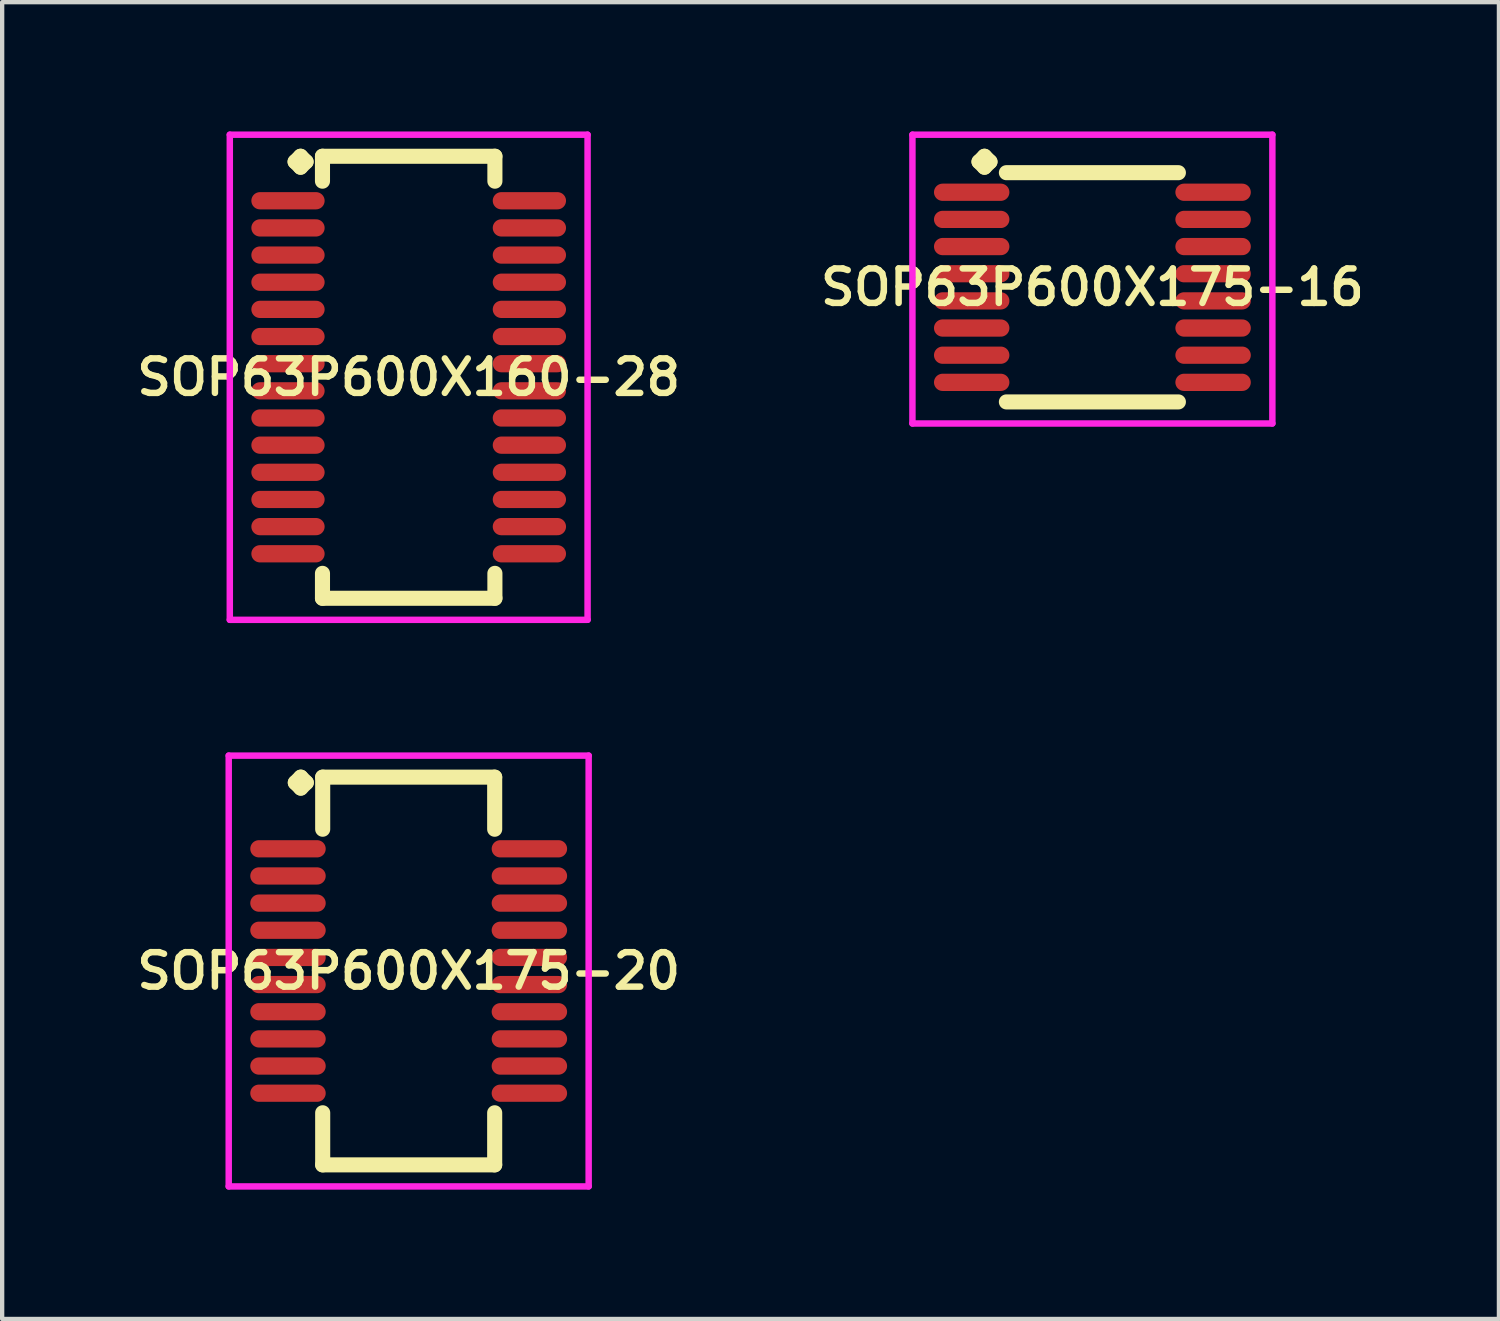
<source format=kicad_pcb>
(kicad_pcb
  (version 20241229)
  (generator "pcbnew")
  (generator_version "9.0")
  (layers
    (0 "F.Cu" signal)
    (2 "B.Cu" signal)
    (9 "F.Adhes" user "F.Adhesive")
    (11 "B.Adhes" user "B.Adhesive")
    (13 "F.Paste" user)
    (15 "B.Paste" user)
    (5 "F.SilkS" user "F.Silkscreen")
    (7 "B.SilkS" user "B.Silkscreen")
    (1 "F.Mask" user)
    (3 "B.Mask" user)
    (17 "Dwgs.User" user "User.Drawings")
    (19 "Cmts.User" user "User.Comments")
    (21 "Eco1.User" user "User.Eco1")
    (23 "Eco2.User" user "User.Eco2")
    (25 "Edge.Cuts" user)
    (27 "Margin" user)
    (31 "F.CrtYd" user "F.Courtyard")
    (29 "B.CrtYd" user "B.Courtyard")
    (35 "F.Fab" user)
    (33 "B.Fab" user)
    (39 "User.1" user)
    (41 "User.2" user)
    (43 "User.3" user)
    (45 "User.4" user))
  (footprint "SOP63P600X175-20"
    (layer "F.Cu")
    (at 6.431 19.476)
    (property "Reference" "SOP63P600X175-20" (at 0 0 0) (layer "F.SilkS") (effects (font (size 0.8 0.8) (thickness 0.15))))
    (attr smd)
    (fp_line (start -2.63 -4.37) (end -2.503 -4.497) (stroke (width 0.35) (type solid)) (layer "F.SilkS"))
    (fp_line (start -2.503 -4.497) (end -2.376 -4.37) (stroke (width 0.35) (type solid)) (layer "F.SilkS"))
    (fp_line (start -2.503 -4.243) (end -2.63 -4.37) (stroke (width 0.35) (type solid)) (layer "F.SilkS"))
    (fp_line (start -2.376 -4.37) (end -2.503 -4.243) (stroke (width 0.35) (type solid)) (layer "F.SilkS"))
    (fp_line (start -1.995 -4.497) (end 1.995 -4.497) (stroke (width 0.35) (type solid)) (layer "F.SilkS"))
    (fp_line (start -1.995 -3.289) (end -1.995 -4.497) (stroke (width 0.35) (type solid)) (layer "F.SilkS"))
    (fp_line (start -1.995 3.289) (end -1.995 4.497) (stroke (width 0.35) (type solid)) (layer "F.SilkS"))
    (fp_line (start -1.995 4.497) (end 1.995 4.497) (stroke (width 0.35) (type solid)) (layer "F.SilkS"))
    (fp_line (start 1.995 -4.497) (end 1.995 -3.289) (stroke (width 0.35) (type solid)) (layer "F.SilkS"))
    (fp_line (start 1.995 4.497) (end 1.995 3.289) (stroke (width 0.35) (type solid)) (layer "F.SilkS"))
    (fp_line (start -4.175 -4.997) (end 4.175 -4.997) (stroke (width 0.15) (type solid)) (layer "F.CrtYd"))
    (fp_line (start -4.175 4.997) (end -4.175 -4.997) (stroke (width 0.15) (type solid)) (layer "F.CrtYd"))
    (fp_line (start 4.175 -4.997) (end 4.175 4.997) (stroke (width 0.15) (type solid)) (layer "F.CrtYd"))
    (fp_line (start 4.175 4.997) (end -4.175 4.997) (stroke (width 0.15) (type solid)) (layer "F.CrtYd"))
    (pad "1" smd oval (at -2.8 -2.835) (size 1.75 0.4) (layers "F.Cu" "F.Mask" "F.Paste"))
    (pad "2" smd oval (at -2.8 -2.205) (size 1.75 0.4) (layers "F.Cu" "F.Mask" "F.Paste"))
    (pad "3" smd oval (at -2.8 -1.575) (size 1.75 0.4) (layers "F.Cu" "F.Mask" "F.Paste"))
    (pad "4" smd oval (at -2.8 -0.945) (size 1.75 0.4) (layers "F.Cu" "F.Mask" "F.Paste"))
    (pad "5" smd oval (at -2.8 -0.315) (size 1.75 0.4) (layers "F.Cu" "F.Mask" "F.Paste"))
    (pad "6" smd oval (at -2.8 0.315) (size 1.75 0.4) (layers "F.Cu" "F.Mask" "F.Paste"))
    (pad "7" smd oval (at -2.8 0.945) (size 1.75 0.4) (layers "F.Cu" "F.Mask" "F.Paste"))
    (pad "8" smd oval (at -2.8 1.575) (size 1.75 0.4) (layers "F.Cu" "F.Mask" "F.Paste"))
    (pad "9" smd oval (at -2.8 2.205) (size 1.75 0.4) (layers "F.Cu" "F.Mask" "F.Paste"))
    (pad "10" smd oval (at -2.8 2.835) (size 1.75 0.4) (layers "F.Cu" "F.Mask" "F.Paste"))
    (pad "11" smd oval (at 2.8 2.835) (size 1.75 0.4) (layers "F.Cu" "F.Mask" "F.Paste"))
    (pad "12" smd oval (at 2.8 2.205) (size 1.75 0.4) (layers "F.Cu" "F.Mask" "F.Paste"))
    (pad "13" smd oval (at 2.8 1.575) (size 1.75 0.4) (layers "F.Cu" "F.Mask" "F.Paste"))
    (pad "14" smd oval (at 2.8 0.945) (size 1.75 0.4) (layers "F.Cu" "F.Mask" "F.Paste"))
    (pad "15" smd oval (at 2.8 0.315) (size 1.75 0.4) (layers "F.Cu" "F.Mask" "F.Paste"))
    (pad "16" smd oval (at 2.8 -0.315) (size 1.75 0.4) (layers "F.Cu" "F.Mask" "F.Paste"))
    (pad "17" smd oval (at 2.8 -0.945) (size 1.75 0.4) (layers "F.Cu" "F.Mask" "F.Paste"))
    (pad "18" smd oval (at 2.8 -1.575) (size 1.75 0.4) (layers "F.Cu" "F.Mask" "F.Paste"))
    (pad "19" smd oval (at 2.8 -2.205) (size 1.75 0.4) (layers "F.Cu" "F.Mask" "F.Paste"))
    (pad "20" smd oval (at 2.8 -2.835) (size 1.75 0.4) (layers "F.Cu" "F.Mask" "F.Paste")))
  (footprint "SOP63P600X160-28"
    (layer "F.Cu")
    (at 6.431 5.702)
    (property "Reference" "SOP63P600X160-28" (at 0 0 0) (layer "F.SilkS") (effects (font (size 0.8 0.8) (thickness 0.15))))
    (attr smd)
    (fp_line (start -2.635 -5) (end -2.508 -5.127) (stroke (width 0.35) (type solid)) (layer "F.SilkS"))
    (fp_line (start -2.508 -5.127) (end -2.381 -5) (stroke (width 0.35) (type solid)) (layer "F.SilkS"))
    (fp_line (start -2.508 -4.873) (end -2.635 -5) (stroke (width 0.35) (type solid)) (layer "F.SilkS"))
    (fp_line (start -2.381 -5) (end -2.508 -4.873) (stroke (width 0.35) (type solid)) (layer "F.SilkS"))
    (fp_line (start -2 -5.127) (end 2 -5.127) (stroke (width 0.35) (type solid)) (layer "F.SilkS"))
    (fp_line (start -2 -4.549) (end -2 -5.127) (stroke (width 0.35) (type solid)) (layer "F.SilkS"))
    (fp_line (start -2 4.549) (end -2 5.127) (stroke (width 0.35) (type solid)) (layer "F.SilkS"))
    (fp_line (start -2 5.127) (end 2 5.127) (stroke (width 0.35) (type solid)) (layer "F.SilkS"))
    (fp_line (start 2 -5.127) (end 2 -4.549) (stroke (width 0.35) (type solid)) (layer "F.SilkS"))
    (fp_line (start 2 5.127) (end 2 4.549) (stroke (width 0.35) (type solid)) (layer "F.SilkS"))
    (fp_line (start -4.15 -5.627) (end 4.15 -5.627) (stroke (width 0.15) (type solid)) (layer "F.CrtYd"))
    (fp_line (start -4.15 5.627) (end -4.15 -5.627) (stroke (width 0.15) (type solid)) (layer "F.CrtYd"))
    (fp_line (start 4.15 -5.627) (end 4.15 5.627) (stroke (width 0.15) (type solid)) (layer "F.CrtYd"))
    (fp_line (start 4.15 5.627) (end -4.15 5.627) (stroke (width 0.15) (type solid)) (layer "F.CrtYd"))
    (pad "1" smd oval (at -2.8 -4.095) (size 1.7 0.4) (layers "F.Cu" "F.Mask" "F.Paste"))
    (pad "2" smd oval (at -2.8 -3.465) (size 1.7 0.4) (layers "F.Cu" "F.Mask" "F.Paste"))
    (pad "3" smd oval (at -2.8 -2.835) (size 1.7 0.4) (layers "F.Cu" "F.Mask" "F.Paste"))
    (pad "4" smd oval (at -2.8 -2.205) (size 1.7 0.4) (layers "F.Cu" "F.Mask" "F.Paste"))
    (pad "5" smd oval (at -2.8 -1.575) (size 1.7 0.4) (layers "F.Cu" "F.Mask" "F.Paste"))
    (pad "6" smd oval (at -2.8 -0.945) (size 1.7 0.4) (layers "F.Cu" "F.Mask" "F.Paste"))
    (pad "7" smd oval (at -2.8 -0.315) (size 1.7 0.4) (layers "F.Cu" "F.Mask" "F.Paste"))
    (pad "8" smd oval (at -2.8 0.315) (size 1.7 0.4) (layers "F.Cu" "F.Mask" "F.Paste"))
    (pad "9" smd oval (at -2.8 0.945) (size 1.7 0.4) (layers "F.Cu" "F.Mask" "F.Paste"))
    (pad "10" smd oval (at -2.8 1.575) (size 1.7 0.4) (layers "F.Cu" "F.Mask" "F.Paste"))
    (pad "11" smd oval (at -2.8 2.205) (size 1.7 0.4) (layers "F.Cu" "F.Mask" "F.Paste"))
    (pad "12" smd oval (at -2.8 2.835) (size 1.7 0.4) (layers "F.Cu" "F.Mask" "F.Paste"))
    (pad "13" smd oval (at -2.8 3.465) (size 1.7 0.4) (layers "F.Cu" "F.Mask" "F.Paste"))
    (pad "14" smd oval (at -2.8 4.095) (size 1.7 0.4) (layers "F.Cu" "F.Mask" "F.Paste"))
    (pad "15" smd oval (at 2.8 4.095) (size 1.7 0.4) (layers "F.Cu" "F.Mask" "F.Paste"))
    (pad "16" smd oval (at 2.8 3.465) (size 1.7 0.4) (layers "F.Cu" "F.Mask" "F.Paste"))
    (pad "17" smd oval (at 2.8 2.835) (size 1.7 0.4) (layers "F.Cu" "F.Mask" "F.Paste"))
    (pad "18" smd oval (at 2.8 2.205) (size 1.7 0.4) (layers "F.Cu" "F.Mask" "F.Paste"))
    (pad "19" smd oval (at 2.8 1.575) (size 1.7 0.4) (layers "F.Cu" "F.Mask" "F.Paste"))
    (pad "20" smd oval (at 2.8 0.945) (size 1.7 0.4) (layers "F.Cu" "F.Mask" "F.Paste"))
    (pad "21" smd oval (at 2.8 0.315) (size 1.7 0.4) (layers "F.Cu" "F.Mask" "F.Paste"))
    (pad "22" smd oval (at 2.8 -0.315) (size 1.7 0.4) (layers "F.Cu" "F.Mask" "F.Paste"))
    (pad "23" smd oval (at 2.8 -0.945) (size 1.7 0.4) (layers "F.Cu" "F.Mask" "F.Paste"))
    (pad "24" smd oval (at 2.8 -1.575) (size 1.7 0.4) (layers "F.Cu" "F.Mask" "F.Paste"))
    (pad "25" smd oval (at 2.8 -2.205) (size 1.7 0.4) (layers "F.Cu" "F.Mask" "F.Paste"))
    (pad "26" smd oval (at 2.8 -2.835) (size 1.7 0.4) (layers "F.Cu" "F.Mask" "F.Paste"))
    (pad "27" smd oval (at 2.8 -3.465) (size 1.7 0.4) (layers "F.Cu" "F.Mask" "F.Paste"))
    (pad "28" smd oval (at 2.8 -4.095) (size 1.7 0.4) (layers "F.Cu" "F.Mask" "F.Paste")))
  (footprint "SOP63P600X175-16"
    (layer "F.Cu")
    (at 22.292 3.615)
    (property "Reference" "SOP63P600X175-16" (at 0 0 0) (layer "F.SilkS") (effects (font (size 0.8 0.8) (thickness 0.15))))
    (attr smd)
    (fp_line (start -2.63 -2.913) (end -2.503 -3.04) (stroke (width 0.35) (type solid)) (layer "F.SilkS"))
    (fp_line (start -2.503 -3.04) (end -2.376 -2.913) (stroke (width 0.35) (type solid)) (layer "F.SilkS"))
    (fp_line (start -2.503 -2.786) (end -2.63 -2.913) (stroke (width 0.35) (type solid)) (layer "F.SilkS"))
    (fp_line (start -2.376 -2.913) (end -2.503 -2.786) (stroke (width 0.35) (type solid)) (layer "F.SilkS"))
    (fp_line (start -1.995 -2.659) (end 1.995 -2.659) (stroke (width 0.35) (type solid)) (layer "F.SilkS"))
    (fp_line (start -1.995 2.659) (end 1.995 2.659) (stroke (width 0.35) (type solid)) (layer "F.SilkS"))
    (fp_line (start -4.175 -3.54) (end 4.175 -3.54) (stroke (width 0.15) (type solid)) (layer "F.CrtYd"))
    (fp_line (start -4.175 3.159) (end -4.175 -3.54) (stroke (width 0.15) (type solid)) (layer "F.CrtYd"))
    (fp_line (start 4.175 -3.54) (end 4.175 3.159) (stroke (width 0.15) (type solid)) (layer "F.CrtYd"))
    (fp_line (start 4.175 3.159) (end -4.175 3.159) (stroke (width 0.15) (type solid)) (layer "F.CrtYd"))
    (pad "1" smd oval (at -2.8 -2.205) (size 1.75 0.4) (layers "F.Cu" "F.Mask" "F.Paste"))
    (pad "2" smd oval (at -2.8 -1.575) (size 1.75 0.4) (layers "F.Cu" "F.Mask" "F.Paste"))
    (pad "3" smd oval (at -2.8 -0.945) (size 1.75 0.4) (layers "F.Cu" "F.Mask" "F.Paste"))
    (pad "4" smd oval (at -2.8 -0.315) (size 1.75 0.4) (layers "F.Cu" "F.Mask" "F.Paste"))
    (pad "5" smd oval (at -2.8 0.315) (size 1.75 0.4) (layers "F.Cu" "F.Mask" "F.Paste"))
    (pad "6" smd oval (at -2.8 0.945) (size 1.75 0.4) (layers "F.Cu" "F.Mask" "F.Paste"))
    (pad "7" smd oval (at -2.8 1.575) (size 1.75 0.4) (layers "F.Cu" "F.Mask" "F.Paste"))
    (pad "8" smd oval (at -2.8 2.205) (size 1.75 0.4) (layers "F.Cu" "F.Mask" "F.Paste"))
    (pad "9" smd oval (at 2.8 2.205) (size 1.75 0.4) (layers "F.Cu" "F.Mask" "F.Paste"))
    (pad "10" smd oval (at 2.8 1.575) (size 1.75 0.4) (layers "F.Cu" "F.Mask" "F.Paste"))
    (pad "11" smd oval (at 2.8 0.945) (size 1.75 0.4) (layers "F.Cu" "F.Mask" "F.Paste"))
    (pad "12" smd oval (at 2.8 0.315) (size 1.75 0.4) (layers "F.Cu" "F.Mask" "F.Paste"))
    (pad "13" smd oval (at 2.8 -0.315) (size 1.75 0.4) (layers "F.Cu" "F.Mask" "F.Paste"))
    (pad "14" smd oval (at 2.8 -0.945) (size 1.75 0.4) (layers "F.Cu" "F.Mask" "F.Paste"))
    (pad "15" smd oval (at 2.8 -1.575) (size 1.75 0.4) (layers "F.Cu" "F.Mask" "F.Paste"))
    (pad "16" smd oval (at 2.8 -2.205) (size 1.75 0.4) (layers "F.Cu" "F.Mask" "F.Paste")))
  (gr_rect
    (start -3 -3)
    (end 31.723 27.548)
    (stroke (width 0.1) (type default))
    (fill no)
    (layer "Edge.Cuts")))
</source>
